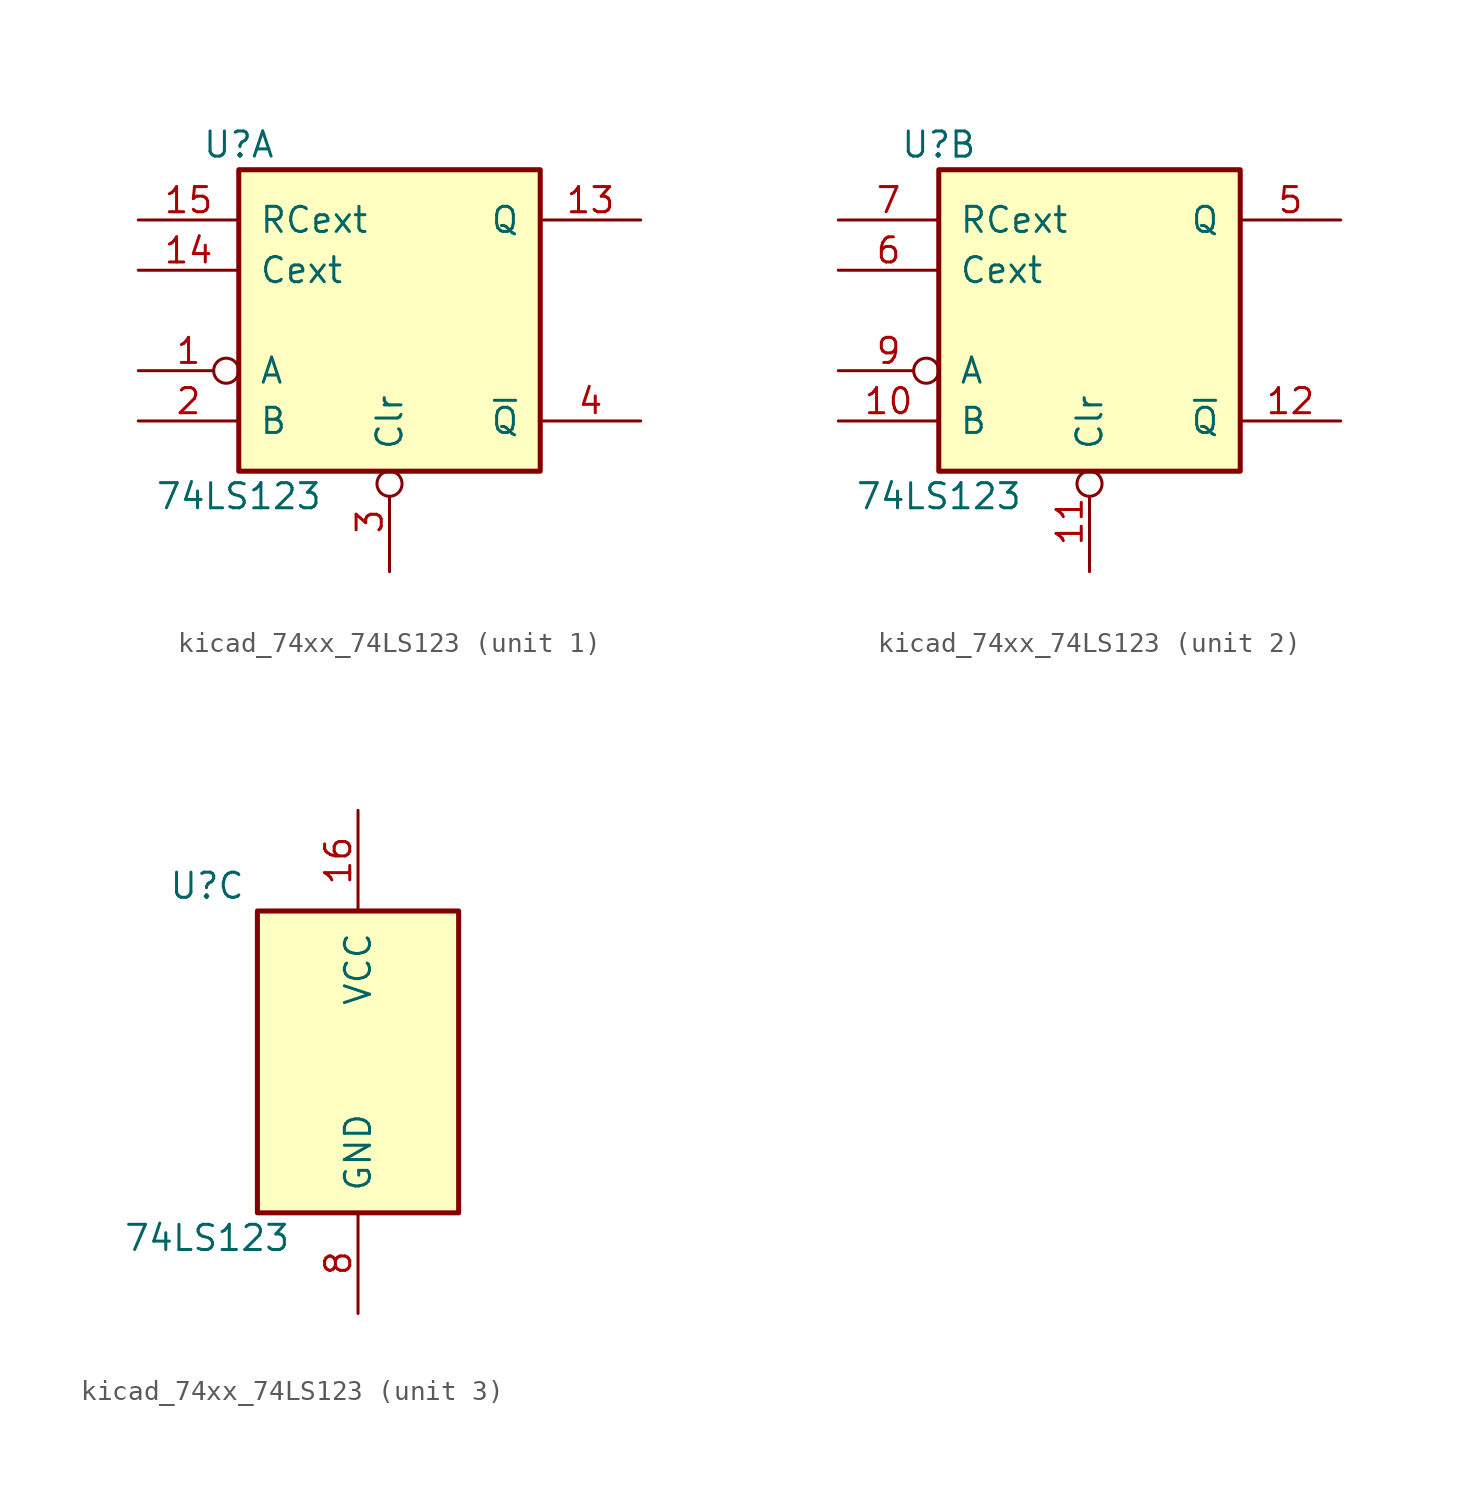
<source format=kicad_sym>
(kicad_symbol_lib
  (version 20220914)
  (generator kicad_symbol_editor)
  (symbol "kicad_74xx_74LS123"
    (pin_names
      (offset 1.016))
    (property "Reference" "U"
      (at -7.62 8.89 0)
      (effects (font (size 1.27 1.27))))
    (property "Value" "74LS123"
      (at -7.62 -8.89 0)
      (effects (font (size 1.27 1.27))))
    (property "ki_locked" ""
      (at 0 0 0)
      (effects (font (size 1.27 1.27))))
    (symbol "kicad_74xx_74LS123_1_0"
      (pin input inverted (at -12.7 -2.54 0) (length 5.08) (name "A" (effects (font (size 1.27 1.27)))) (number "1" (effects (font (size 1.27 1.27)))))
      (pin output line (at 12.7 5.08 180) (length 5.08) (name "Q" (effects (font (size 1.27 1.27)))) (number "13" (effects (font (size 1.27 1.27)))))
      (pin input line (at -12.7 2.54 0) (length 5.08) (name "Cext" (effects (font (size 1.27 1.27)))) (number "14" (effects (font (size 1.27 1.27)))))
      (pin input line (at -12.7 5.08 0) (length 5.08) (name "RCext" (effects (font (size 1.27 1.27)))) (number "15" (effects (font (size 1.27 1.27)))))
      (pin input line (at -12.7 -5.08 0) (length 5.08) (name "B" (effects (font (size 1.27 1.27)))) (number "2" (effects (font (size 1.27 1.27)))))
      (pin input inverted (at 0 -12.7 90) (length 5.08) (name "Clr" (effects (font (size 1.27 1.27)))) (number "3" (effects (font (size 1.27 1.27)))))
      (pin output line (at 12.7 -5.08 180) (length 5.08) (name "~{Q}" (effects (font (size 1.27 1.27)))) (number "4" (effects (font (size 1.27 1.27))))))
    (symbol "kicad_74xx_74LS123_1_1"
      (rectangle (start -7.62 7.62) (end 7.62 -7.62) (stroke (width 0.254) (type default)) (fill (type background))))
    (symbol "kicad_74xx_74LS123_2_0"
      (pin input line (at -12.7 -5.08 0) (length 5.08) (name "B" (effects (font (size 1.27 1.27)))) (number "10" (effects (font (size 1.27 1.27)))))
      (pin input inverted (at 0 -12.7 90) (length 5.08) (name "Clr" (effects (font (size 1.27 1.27)))) (number "11" (effects (font (size 1.27 1.27)))))
      (pin output line (at 12.7 -5.08 180) (length 5.08) (name "~{Q}" (effects (font (size 1.27 1.27)))) (number "12" (effects (font (size 1.27 1.27)))))
      (pin output line (at 12.7 5.08 180) (length 5.08) (name "Q" (effects (font (size 1.27 1.27)))) (number "5" (effects (font (size 1.27 1.27)))))
      (pin input line (at -12.7 2.54 0) (length 5.08) (name "Cext" (effects (font (size 1.27 1.27)))) (number "6" (effects (font (size 1.27 1.27)))))
      (pin input line (at -12.7 5.08 0) (length 5.08) (name "RCext" (effects (font (size 1.27 1.27)))) (number "7" (effects (font (size 1.27 1.27)))))
      (pin input inverted (at -12.7 -2.54 0) (length 5.08) (name "A" (effects (font (size 1.27 1.27)))) (number "9" (effects (font (size 1.27 1.27))))))
    (symbol "kicad_74xx_74LS123_2_1"
      (rectangle (start -7.62 7.62) (end 7.62 -7.62) (stroke (width 0.254) (type default)) (fill (type background))))
    (symbol "kicad_74xx_74LS123_3_0"
      (pin power_in line (at 0 12.7 270) (length 5.08) (name "VCC" (effects (font (size 1.27 1.27)))) (number "16" (effects (font (size 1.27 1.27)))))
      (pin power_in line (at 0 -12.7 90) (length 5.08) (name "GND" (effects (font (size 1.27 1.27)))) (number "8" (effects (font (size 1.27 1.27))))))
    (symbol "kicad_74xx_74LS123_3_1"
      (rectangle (start -5.08 7.62) (end 5.08 -7.62) (stroke (width 0.254) (type default)) (fill (type background))))))
</source>
